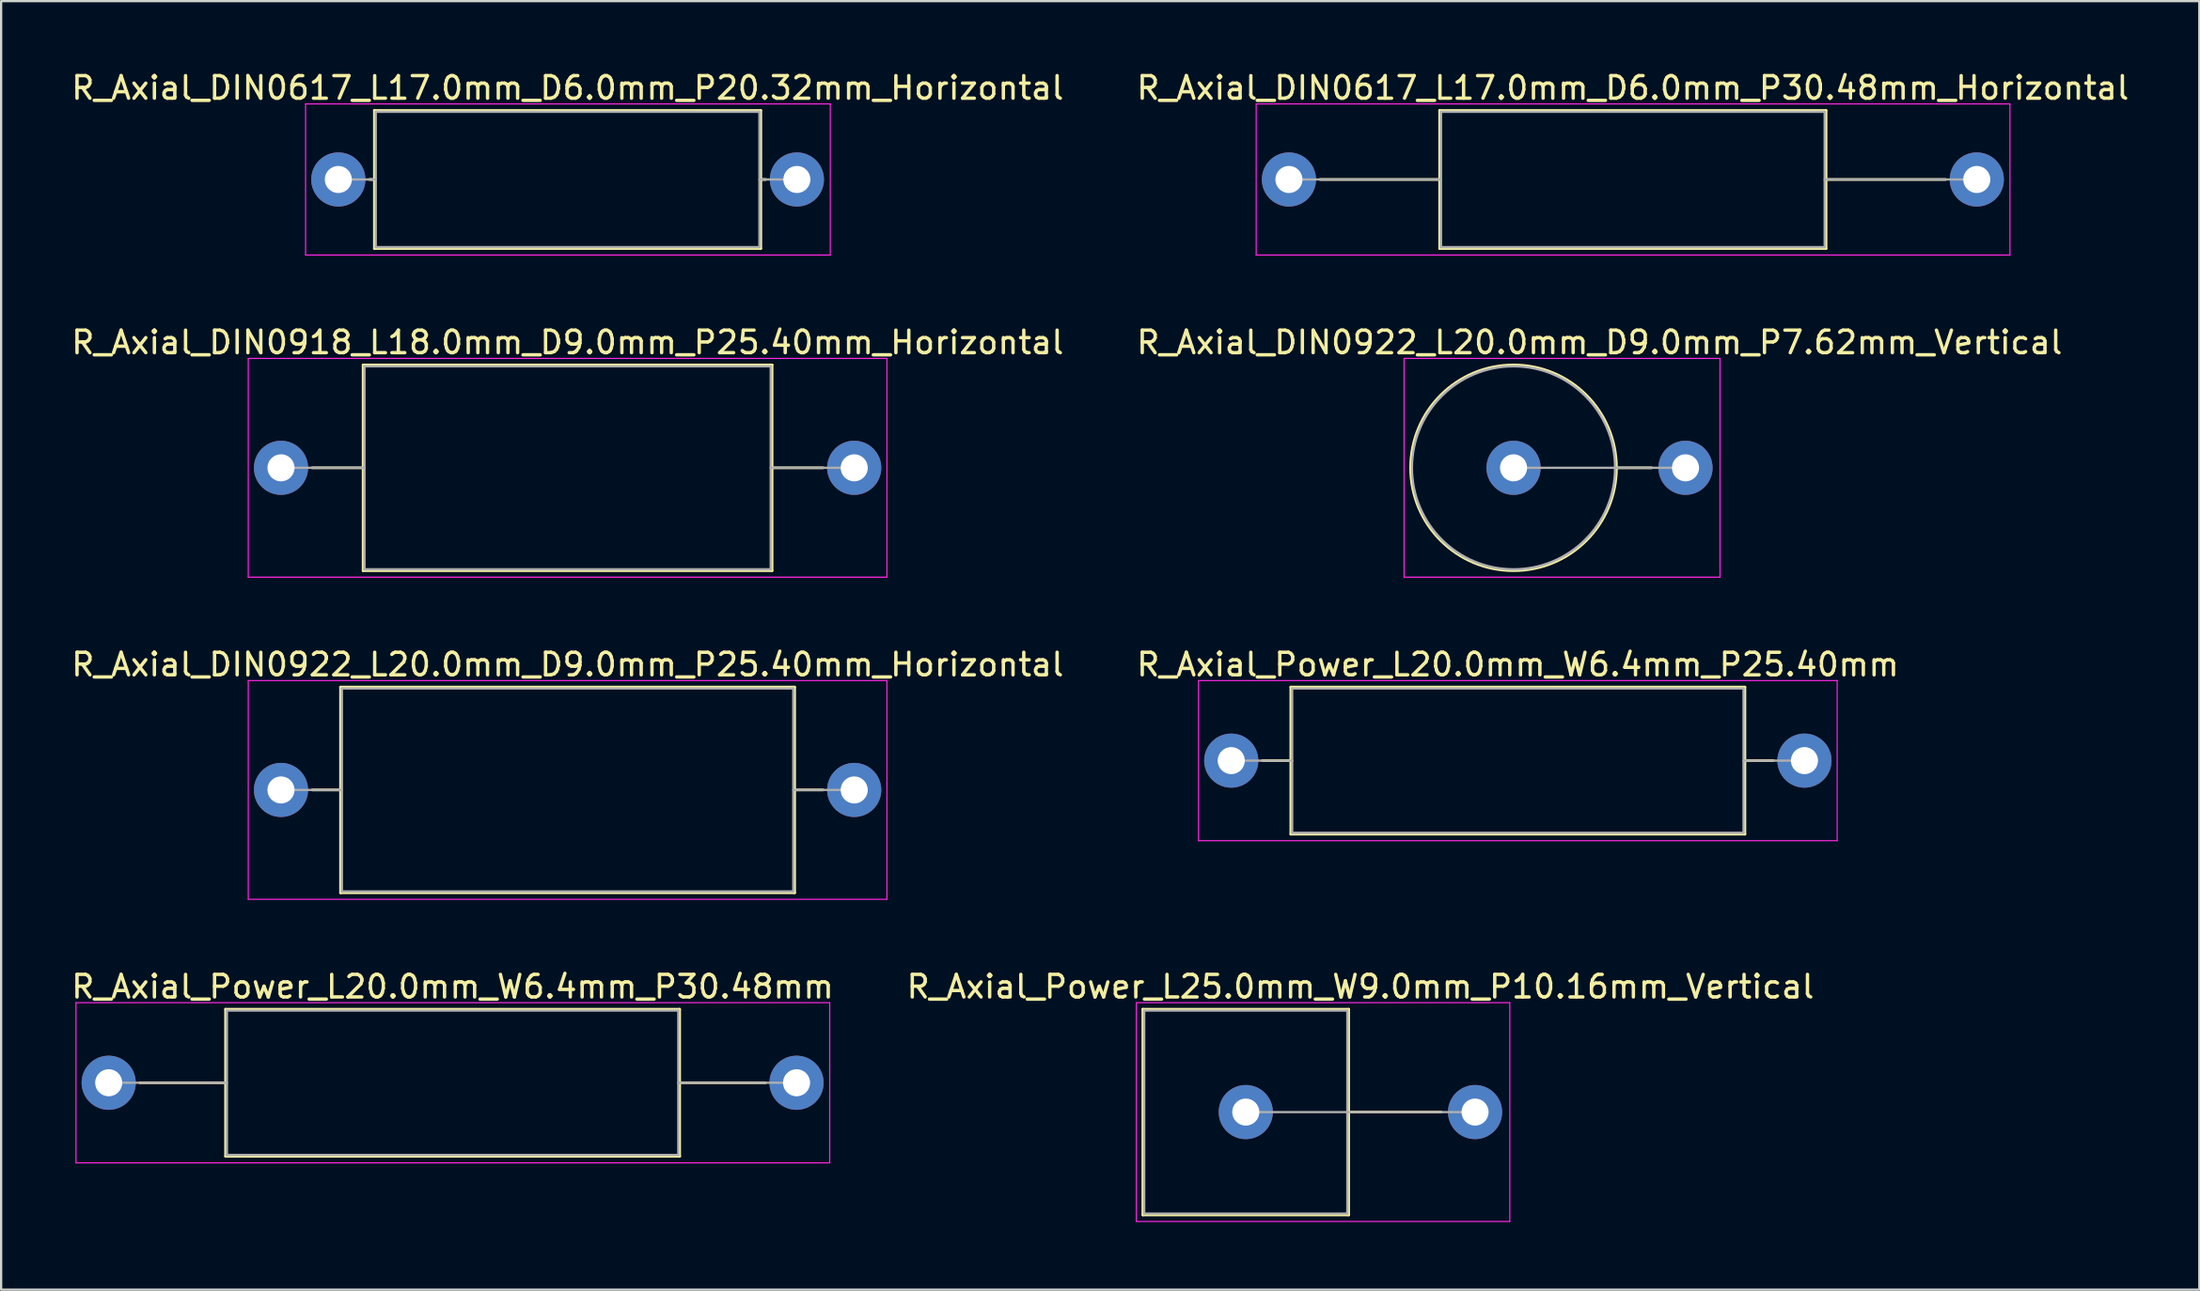
<source format=kicad_pcb>
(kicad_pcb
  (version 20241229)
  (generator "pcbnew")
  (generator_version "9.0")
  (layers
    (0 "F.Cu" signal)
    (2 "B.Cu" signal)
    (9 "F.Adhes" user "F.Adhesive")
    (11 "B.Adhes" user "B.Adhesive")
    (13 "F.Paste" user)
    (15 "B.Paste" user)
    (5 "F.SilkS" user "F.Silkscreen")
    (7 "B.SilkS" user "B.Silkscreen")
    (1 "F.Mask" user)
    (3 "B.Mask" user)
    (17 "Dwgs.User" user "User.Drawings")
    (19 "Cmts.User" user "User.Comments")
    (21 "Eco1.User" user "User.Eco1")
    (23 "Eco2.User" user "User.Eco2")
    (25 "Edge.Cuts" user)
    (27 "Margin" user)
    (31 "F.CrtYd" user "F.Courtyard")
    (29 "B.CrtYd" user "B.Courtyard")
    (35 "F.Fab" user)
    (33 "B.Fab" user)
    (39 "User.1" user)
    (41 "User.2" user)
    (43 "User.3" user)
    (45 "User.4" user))
  (footprint "R_Axial_DIN0617_L17.0mm_D6.0mm_P30.48mm_Horizontal"
    (layer "F.Cu")
    (at 54.064 4.908)
    (property "Reference" "R_Axial_DIN0617_L17.0mm_D6.0mm_P30.48mm_Horizontal" (at 15.24 -4.06 0) (layer "F.SilkS") (effects (font (size 1 1) (thickness 0.15))))
    (attr through_hole)
    (fp_line (start 1.38 0) (end 6.68 0) (stroke (width 0.12) (type solid)) (layer "F.SilkS"))
    (fp_line (start 6.68 -3.06) (end 6.68 3.06) (stroke (width 0.12) (type solid)) (layer "F.SilkS"))
    (fp_line (start 6.68 3.06) (end 23.8 3.06) (stroke (width 0.12) (type solid)) (layer "F.SilkS"))
    (fp_line (start 23.8 -3.06) (end 6.68 -3.06) (stroke (width 0.12) (type solid)) (layer "F.SilkS"))
    (fp_line (start 23.8 3.06) (end 23.8 -3.06) (stroke (width 0.12) (type solid)) (layer "F.SilkS"))
    (fp_line (start 29.1 0) (end 23.8 0) (stroke (width 0.12) (type solid)) (layer "F.SilkS"))
    (fp_line (start -1.45 -3.35) (end -1.45 3.35) (stroke (width 0.05) (type solid)) (layer "F.CrtYd"))
    (fp_line (start -1.45 3.35) (end 31.95 3.35) (stroke (width 0.05) (type solid)) (layer "F.CrtYd"))
    (fp_line (start 31.95 -3.35) (end -1.45 -3.35) (stroke (width 0.05) (type solid)) (layer "F.CrtYd"))
    (fp_line (start 31.95 3.35) (end 31.95 -3.35) (stroke (width 0.05) (type solid)) (layer "F.CrtYd"))
    (fp_line (start 0 0) (end 6.74 0) (stroke (width 0.1) (type solid)) (layer "F.Fab"))
    (fp_line (start 6.74 -3) (end 6.74 3) (stroke (width 0.1) (type solid)) (layer "F.Fab"))
    (fp_line (start 6.74 3) (end 23.74 3) (stroke (width 0.1) (type solid)) (layer "F.Fab"))
    (fp_line (start 23.74 -3) (end 6.74 -3) (stroke (width 0.1) (type solid)) (layer "F.Fab"))
    (fp_line (start 23.74 3) (end 23.74 -3) (stroke (width 0.1) (type solid)) (layer "F.Fab"))
    (fp_line (start 30.48 0) (end 23.74 0) (stroke (width 0.1) (type solid)) (layer "F.Fab"))
    (pad "1" thru_hole circle (at 0 0) (size 2.4 2.4) (drill 1.2) (layers "*.Cu" "*.Mask"))
    (pad "2" thru_hole oval (at 30.48 0) (size 2.4 2.4) (drill 1.2) (layers "*.Cu" "*.Mask")))
  (footprint "R_Axial_DIN0922_L20.0mm_D9.0mm_P25.40mm_Horizontal"
    (layer "F.Cu")
    (at 9.401 31.975)
    (property "Reference" "R_Axial_DIN0922_L20.0mm_D9.0mm_P25.40mm_Horizontal" (at 12.7 -5.56 0) (layer "F.SilkS") (effects (font (size 1 1) (thickness 0.15))))
    (attr through_hole)
    (fp_line (start 1.38 0) (end 2.64 0) (stroke (width 0.12) (type solid)) (layer "F.SilkS"))
    (fp_line (start 2.64 -4.56) (end 2.64 4.56) (stroke (width 0.12) (type solid)) (layer "F.SilkS"))
    (fp_line (start 2.64 4.56) (end 22.76 4.56) (stroke (width 0.12) (type solid)) (layer "F.SilkS"))
    (fp_line (start 22.76 -4.56) (end 2.64 -4.56) (stroke (width 0.12) (type solid)) (layer "F.SilkS"))
    (fp_line (start 22.76 4.56) (end 22.76 -4.56) (stroke (width 0.12) (type solid)) (layer "F.SilkS"))
    (fp_line (start 24.02 0) (end 22.76 0) (stroke (width 0.12) (type solid)) (layer "F.SilkS"))
    (fp_line (start -1.45 -4.85) (end -1.45 4.85) (stroke (width 0.05) (type solid)) (layer "F.CrtYd"))
    (fp_line (start -1.45 4.85) (end 26.85 4.85) (stroke (width 0.05) (type solid)) (layer "F.CrtYd"))
    (fp_line (start 26.85 -4.85) (end -1.45 -4.85) (stroke (width 0.05) (type solid)) (layer "F.CrtYd"))
    (fp_line (start 26.85 4.85) (end 26.85 -4.85) (stroke (width 0.05) (type solid)) (layer "F.CrtYd"))
    (fp_line (start 0 0) (end 2.7 0) (stroke (width 0.1) (type solid)) (layer "F.Fab"))
    (fp_line (start 2.7 -4.5) (end 2.7 4.5) (stroke (width 0.1) (type solid)) (layer "F.Fab"))
    (fp_line (start 2.7 4.5) (end 22.7 4.5) (stroke (width 0.1) (type solid)) (layer "F.Fab"))
    (fp_line (start 22.7 -4.5) (end 2.7 -4.5) (stroke (width 0.1) (type solid)) (layer "F.Fab"))
    (fp_line (start 22.7 4.5) (end 22.7 -4.5) (stroke (width 0.1) (type solid)) (layer "F.Fab"))
    (fp_line (start 25.4 0) (end 22.7 0) (stroke (width 0.1) (type solid)) (layer "F.Fab"))
    (pad "1" thru_hole circle (at 0 0) (size 2.4 2.4) (drill 1.2) (layers "*.Cu" "*.Mask"))
    (pad "2" thru_hole oval (at 25.4 0) (size 2.4 2.4) (drill 1.2) (layers "*.Cu" "*.Mask")))
  (footprint "R_Axial_DIN0617_L17.0mm_D6.0mm_P20.32mm_Horizontal"
    (layer "F.Cu")
    (at 11.941 4.908)
    (property "Reference" "R_Axial_DIN0617_L17.0mm_D6.0mm_P20.32mm_Horizontal" (at 10.16 -4.06 0) (layer "F.SilkS") (effects (font (size 1 1) (thickness 0.15))))
    (attr through_hole)
    (fp_line (start 1.38 0) (end 1.6 0) (stroke (width 0.12) (type solid)) (layer "F.SilkS"))
    (fp_line (start 1.6 -3.06) (end 1.6 3.06) (stroke (width 0.12) (type solid)) (layer "F.SilkS"))
    (fp_line (start 1.6 3.06) (end 18.72 3.06) (stroke (width 0.12) (type solid)) (layer "F.SilkS"))
    (fp_line (start 18.72 -3.06) (end 1.6 -3.06) (stroke (width 0.12) (type solid)) (layer "F.SilkS"))
    (fp_line (start 18.72 3.06) (end 18.72 -3.06) (stroke (width 0.12) (type solid)) (layer "F.SilkS"))
    (fp_line (start 18.94 0) (end 18.72 0) (stroke (width 0.12) (type solid)) (layer "F.SilkS"))
    (fp_line (start -1.45 -3.35) (end -1.45 3.35) (stroke (width 0.05) (type solid)) (layer "F.CrtYd"))
    (fp_line (start -1.45 3.35) (end 21.8 3.35) (stroke (width 0.05) (type solid)) (layer "F.CrtYd"))
    (fp_line (start 21.8 -3.35) (end -1.45 -3.35) (stroke (width 0.05) (type solid)) (layer "F.CrtYd"))
    (fp_line (start 21.8 3.35) (end 21.8 -3.35) (stroke (width 0.05) (type solid)) (layer "F.CrtYd"))
    (fp_line (start 0 0) (end 1.66 0) (stroke (width 0.1) (type solid)) (layer "F.Fab"))
    (fp_line (start 1.66 -3) (end 1.66 3) (stroke (width 0.1) (type solid)) (layer "F.Fab"))
    (fp_line (start 1.66 3) (end 18.66 3) (stroke (width 0.1) (type solid)) (layer "F.Fab"))
    (fp_line (start 18.66 -3) (end 1.66 -3) (stroke (width 0.1) (type solid)) (layer "F.Fab"))
    (fp_line (start 18.66 3) (end 18.66 -3) (stroke (width 0.1) (type solid)) (layer "F.Fab"))
    (fp_line (start 20.32 0) (end 18.66 0) (stroke (width 0.1) (type solid)) (layer "F.Fab"))
    (pad "1" thru_hole circle (at 0 0) (size 2.4 2.4) (drill 1.2) (layers "*.Cu" "*.Mask"))
    (pad "2" thru_hole oval (at 20.32 0) (size 2.4 2.4) (drill 1.2) (layers "*.Cu" "*.Mask")))
  (footprint "R_Axial_Power_L20.0mm_W6.4mm_P25.40mm"
    (layer "F.Cu")
    (at 51.508 30.675)
    (property "Reference" "R_Axial_Power_L20.0mm_W6.4mm_P25.40mm" (at 12.7 -4.26 0) (layer "F.SilkS") (effects (font (size 1 1) (thickness 0.15))))
    (attr through_hole)
    (fp_line (start 1.38 0) (end 2.64 0) (stroke (width 0.12) (type solid)) (layer "F.SilkS"))
    (fp_line (start 2.64 -3.26) (end 2.64 3.26) (stroke (width 0.12) (type solid)) (layer "F.SilkS"))
    (fp_line (start 2.64 3.26) (end 22.76 3.26) (stroke (width 0.12) (type solid)) (layer "F.SilkS"))
    (fp_line (start 22.76 -3.26) (end 2.64 -3.26) (stroke (width 0.12) (type solid)) (layer "F.SilkS"))
    (fp_line (start 22.76 3.26) (end 22.76 -3.26) (stroke (width 0.12) (type solid)) (layer "F.SilkS"))
    (fp_line (start 24.02 0) (end 22.76 0) (stroke (width 0.12) (type solid)) (layer "F.SilkS"))
    (fp_line (start -1.45 -3.55) (end -1.45 3.55) (stroke (width 0.05) (type solid)) (layer "F.CrtYd"))
    (fp_line (start -1.45 3.55) (end 26.85 3.55) (stroke (width 0.05) (type solid)) (layer "F.CrtYd"))
    (fp_line (start 26.85 -3.55) (end -1.45 -3.55) (stroke (width 0.05) (type solid)) (layer "F.CrtYd"))
    (fp_line (start 26.85 3.55) (end 26.85 -3.55) (stroke (width 0.05) (type solid)) (layer "F.CrtYd"))
    (fp_line (start 0 0) (end 2.7 0) (stroke (width 0.1) (type solid)) (layer "F.Fab"))
    (fp_line (start 2.7 -3.2) (end 2.7 3.2) (stroke (width 0.1) (type solid)) (layer "F.Fab"))
    (fp_line (start 2.7 3.2) (end 22.7 3.2) (stroke (width 0.1) (type solid)) (layer "F.Fab"))
    (fp_line (start 22.7 -3.2) (end 2.7 -3.2) (stroke (width 0.1) (type solid)) (layer "F.Fab"))
    (fp_line (start 22.7 3.2) (end 22.7 -3.2) (stroke (width 0.1) (type solid)) (layer "F.Fab"))
    (fp_line (start 25.4 0) (end 22.7 0) (stroke (width 0.1) (type solid)) (layer "F.Fab"))
    (pad "1" thru_hole circle (at 0 0) (size 2.4 2.4) (drill 1.2) (layers "*.Cu" "*.Mask"))
    (pad "2" thru_hole oval (at 25.4 0) (size 2.4 2.4) (drill 1.2) (layers "*.Cu" "*.Mask")))
  (footprint "R_Axial_DIN0922_L20.0mm_D9.0mm_P7.62mm_Vertical"
    (layer "F.Cu")
    (at 64.017 17.692)
    (property "Reference" "R_Axial_DIN0922_L20.0mm_D9.0mm_P7.62mm_Vertical" (at 3.81 -5.56 0) (layer "F.SilkS") (effects (font (size 1 1) (thickness 0.15))))
    (attr through_hole)
    (fp_line (start 4.56 0) (end 6.12 0) (stroke (width 0.12) (type solid)) (layer "F.SilkS"))
    (fp_circle (center 0 0) (end 4.56 0) (stroke (width 0.12) (type solid)) (fill no) (layer "F.SilkS"))
    (fp_line (start -4.85 -4.85) (end -4.85 4.85) (stroke (width 0.05) (type solid)) (layer "F.CrtYd"))
    (fp_line (start -4.85 4.85) (end 9.15 4.85) (stroke (width 0.05) (type solid)) (layer "F.CrtYd"))
    (fp_line (start 9.15 -4.85) (end -4.85 -4.85) (stroke (width 0.05) (type solid)) (layer "F.CrtYd"))
    (fp_line (start 9.15 4.85) (end 9.15 -4.85) (stroke (width 0.05) (type solid)) (layer "F.CrtYd"))
    (fp_line (start 0 0) (end 7.62 0) (stroke (width 0.1) (type solid)) (layer "F.Fab"))
    (fp_circle (center 0 0) (end 4.5 0) (stroke (width 0.1) (type solid)) (fill no) (layer "F.Fab"))
    (pad "1" thru_hole circle (at 0 0) (size 2.4 2.4) (drill 1.2) (layers "*.Cu" "*.Mask"))
    (pad "2" thru_hole oval (at 7.62 0) (size 2.4 2.4) (drill 1.2) (layers "*.Cu" "*.Mask")))
  (footprint "R_Axial_Power_L25.0mm_W9.0mm_P10.16mm_Vertical"
    (layer "F.Cu")
    (at 52.152 46.258)
    (property "Reference" "R_Axial_Power_L25.0mm_W9.0mm_P10.16mm_Vertical" (at 5.08 -5.56 0) (layer "F.SilkS") (effects (font (size 1 1) (thickness 0.15))))
    (attr through_hole)
    (fp_line (start -4.56 -4.56) (end -4.56 4.56) (stroke (width 0.12) (type solid)) (layer "F.SilkS"))
    (fp_line (start -4.56 4.56) (end 4.56 4.56) (stroke (width 0.12) (type solid)) (layer "F.SilkS"))
    (fp_line (start 4.56 -4.56) (end -4.56 -4.56) (stroke (width 0.12) (type solid)) (layer "F.SilkS"))
    (fp_line (start 4.56 0) (end 8.66 0) (stroke (width 0.12) (type solid)) (layer "F.SilkS"))
    (fp_line (start 4.56 4.56) (end 4.56 -4.56) (stroke (width 0.12) (type solid)) (layer "F.SilkS"))
    (fp_line (start -4.85 -4.85) (end -4.85 4.85) (stroke (width 0.05) (type solid)) (layer "F.CrtYd"))
    (fp_line (start -4.85 4.85) (end 11.7 4.85) (stroke (width 0.05) (type solid)) (layer "F.CrtYd"))
    (fp_line (start 11.7 -4.85) (end -4.85 -4.85) (stroke (width 0.05) (type solid)) (layer "F.CrtYd"))
    (fp_line (start 11.7 4.85) (end 11.7 -4.85) (stroke (width 0.05) (type solid)) (layer "F.CrtYd"))
    (fp_line (start -4.5 -4.5) (end -4.5 4.5) (stroke (width 0.1) (type solid)) (layer "F.Fab"))
    (fp_line (start -4.5 4.5) (end 4.5 4.5) (stroke (width 0.1) (type solid)) (layer "F.Fab"))
    (fp_line (start 0 0) (end 10.16 0) (stroke (width 0.1) (type solid)) (layer "F.Fab"))
    (fp_line (start 4.5 -4.5) (end -4.5 -4.5) (stroke (width 0.1) (type solid)) (layer "F.Fab"))
    (fp_line (start 4.5 4.5) (end 4.5 -4.5) (stroke (width 0.1) (type solid)) (layer "F.Fab"))
    (pad "1" thru_hole circle (at 0 0) (size 2.4 2.4) (drill 1.2) (layers "*.Cu" "*.Mask"))
    (pad "2" thru_hole oval (at 10.16 0) (size 2.4 2.4) (drill 1.2) (layers "*.Cu" "*.Mask")))
  (footprint "R_Axial_Power_L20.0mm_W6.4mm_P30.48mm"
    (layer "F.Cu")
    (at 1.766 44.958)
    (property "Reference" "R_Axial_Power_L20.0mm_W6.4mm_P30.48mm" (at 15.24 -4.26 0) (layer "F.SilkS") (effects (font (size 1 1) (thickness 0.15))))
    (attr through_hole)
    (fp_line (start 1.38 0) (end 5.18 0) (stroke (width 0.12) (type solid)) (layer "F.SilkS"))
    (fp_line (start 5.18 -3.26) (end 5.18 3.26) (stroke (width 0.12) (type solid)) (layer "F.SilkS"))
    (fp_line (start 5.18 3.26) (end 25.3 3.26) (stroke (width 0.12) (type solid)) (layer "F.SilkS"))
    (fp_line (start 25.3 -3.26) (end 5.18 -3.26) (stroke (width 0.12) (type solid)) (layer "F.SilkS"))
    (fp_line (start 25.3 3.26) (end 25.3 -3.26) (stroke (width 0.12) (type solid)) (layer "F.SilkS"))
    (fp_line (start 29.1 0) (end 25.3 0) (stroke (width 0.12) (type solid)) (layer "F.SilkS"))
    (fp_line (start -1.45 -3.55) (end -1.45 3.55) (stroke (width 0.05) (type solid)) (layer "F.CrtYd"))
    (fp_line (start -1.45 3.55) (end 31.95 3.55) (stroke (width 0.05) (type solid)) (layer "F.CrtYd"))
    (fp_line (start 31.95 -3.55) (end -1.45 -3.55) (stroke (width 0.05) (type solid)) (layer "F.CrtYd"))
    (fp_line (start 31.95 3.55) (end 31.95 -3.55) (stroke (width 0.05) (type solid)) (layer "F.CrtYd"))
    (fp_line (start 0 0) (end 5.24 0) (stroke (width 0.1) (type solid)) (layer "F.Fab"))
    (fp_line (start 5.24 -3.2) (end 5.24 3.2) (stroke (width 0.1) (type solid)) (layer "F.Fab"))
    (fp_line (start 5.24 3.2) (end 25.24 3.2) (stroke (width 0.1) (type solid)) (layer "F.Fab"))
    (fp_line (start 25.24 -3.2) (end 5.24 -3.2) (stroke (width 0.1) (type solid)) (layer "F.Fab"))
    (fp_line (start 25.24 3.2) (end 25.24 -3.2) (stroke (width 0.1) (type solid)) (layer "F.Fab"))
    (fp_line (start 30.48 0) (end 25.24 0) (stroke (width 0.1) (type solid)) (layer "F.Fab"))
    (pad "1" thru_hole circle (at 0 0) (size 2.4 2.4) (drill 1.2) (layers "*.Cu" "*.Mask"))
    (pad "2" thru_hole oval (at 30.48 0) (size 2.4 2.4) (drill 1.2) (layers "*.Cu" "*.Mask")))
  (footprint "R_Axial_DIN0918_L18.0mm_D9.0mm_P25.40mm_Horizontal"
    (layer "F.Cu")
    (at 9.401 17.692)
    (property "Reference" "R_Axial_DIN0918_L18.0mm_D9.0mm_P25.40mm_Horizontal" (at 12.7 -5.56 0) (layer "F.SilkS") (effects (font (size 1 1) (thickness 0.15))))
    (attr through_hole)
    (fp_line (start 1.38 0) (end 3.64 0) (stroke (width 0.12) (type solid)) (layer "F.SilkS"))
    (fp_line (start 3.64 -4.56) (end 3.64 4.56) (stroke (width 0.12) (type solid)) (layer "F.SilkS"))
    (fp_line (start 3.64 4.56) (end 21.76 4.56) (stroke (width 0.12) (type solid)) (layer "F.SilkS"))
    (fp_line (start 21.76 -4.56) (end 3.64 -4.56) (stroke (width 0.12) (type solid)) (layer "F.SilkS"))
    (fp_line (start 21.76 4.56) (end 21.76 -4.56) (stroke (width 0.12) (type solid)) (layer "F.SilkS"))
    (fp_line (start 24.02 0) (end 21.76 0) (stroke (width 0.12) (type solid)) (layer "F.SilkS"))
    (fp_line (start -1.45 -4.85) (end -1.45 4.85) (stroke (width 0.05) (type solid)) (layer "F.CrtYd"))
    (fp_line (start -1.45 4.85) (end 26.85 4.85) (stroke (width 0.05) (type solid)) (layer "F.CrtYd"))
    (fp_line (start 26.85 -4.85) (end -1.45 -4.85) (stroke (width 0.05) (type solid)) (layer "F.CrtYd"))
    (fp_line (start 26.85 4.85) (end 26.85 -4.85) (stroke (width 0.05) (type solid)) (layer "F.CrtYd"))
    (fp_line (start 0 0) (end 3.7 0) (stroke (width 0.1) (type solid)) (layer "F.Fab"))
    (fp_line (start 3.7 -4.5) (end 3.7 4.5) (stroke (width 0.1) (type solid)) (layer "F.Fab"))
    (fp_line (start 3.7 4.5) (end 21.7 4.5) (stroke (width 0.1) (type solid)) (layer "F.Fab"))
    (fp_line (start 21.7 -4.5) (end 3.7 -4.5) (stroke (width 0.1) (type solid)) (layer "F.Fab"))
    (fp_line (start 21.7 4.5) (end 21.7 -4.5) (stroke (width 0.1) (type solid)) (layer "F.Fab"))
    (fp_line (start 25.4 0) (end 21.7 0) (stroke (width 0.1) (type solid)) (layer "F.Fab"))
    (pad "1" thru_hole circle (at 0 0) (size 2.4 2.4) (drill 1.2) (layers "*.Cu" "*.Mask"))
    (pad "2" thru_hole oval (at 25.4 0) (size 2.4 2.4) (drill 1.2) (layers "*.Cu" "*.Mask")))
  (gr_rect
    (start -3 -3)
    (end 94.405 54.133)
    (stroke (width 0.1) (type default))
    (fill no)
    (layer "Edge.Cuts")))
</source>
